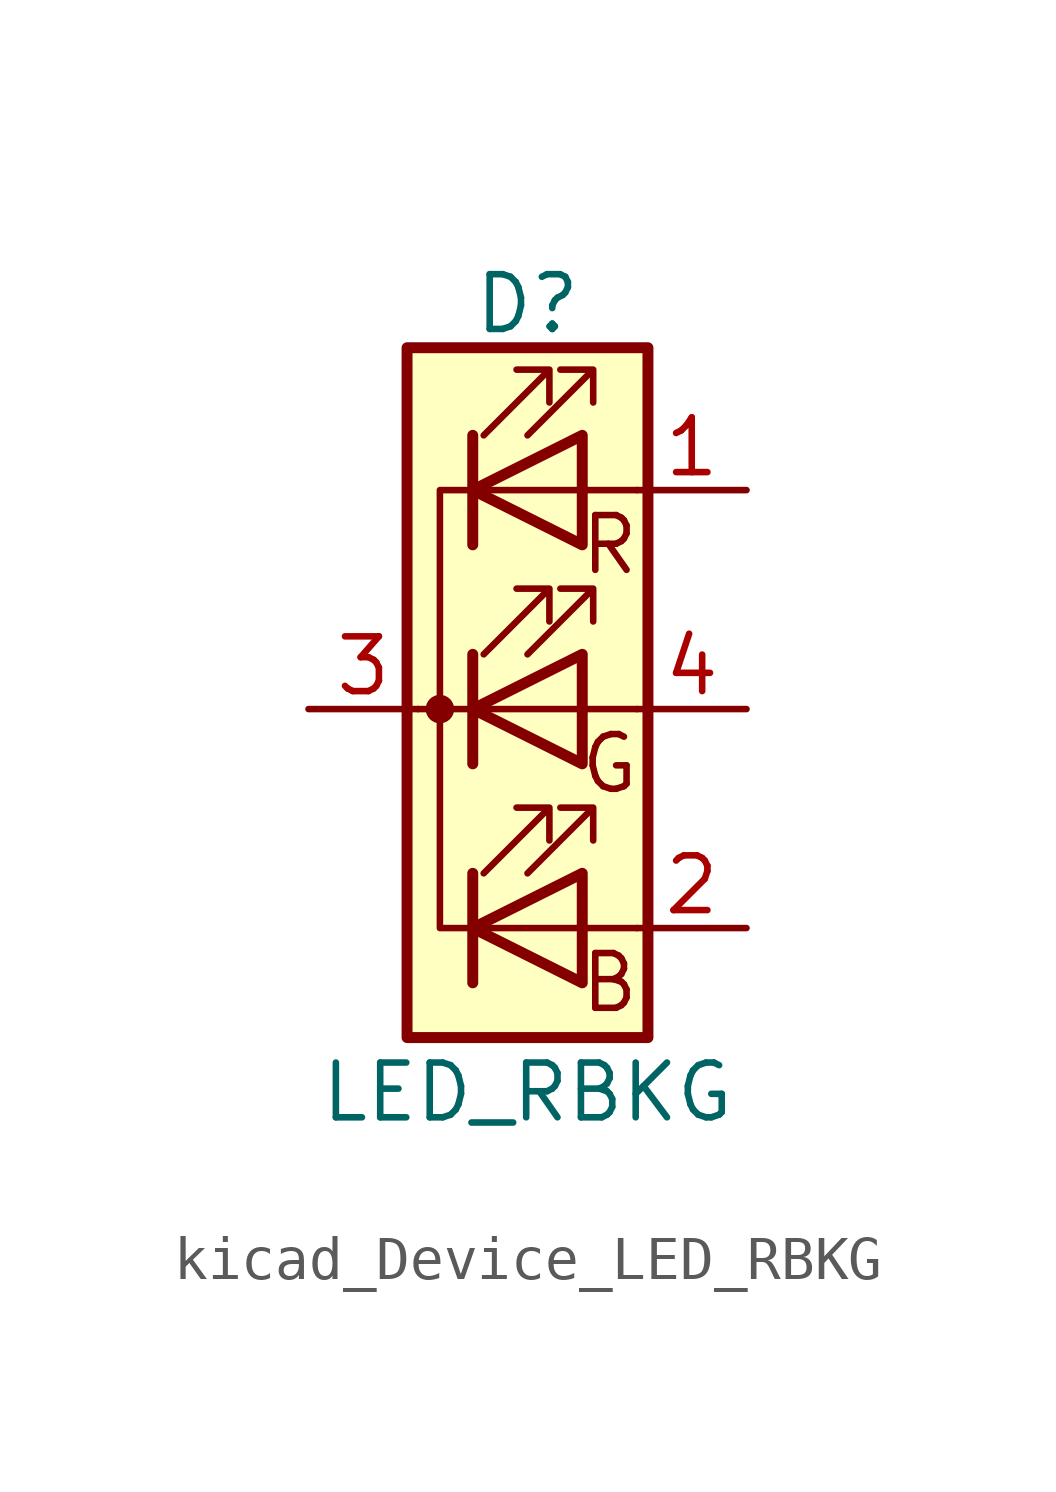
<source format=kicad_sym>
(kicad_symbol_lib
  (version 20220914)
  (generator kicad_symbol_editor)
  (symbol "kicad_Device_LED_RBKG"
    (pin_names
      (offset 0) hide)
    (property "Reference" "D"
      (at 0 9.398 0)
      (effects (font (size 1.27 1.27))))
    (property "Value" "LED_RBKG"
      (at 0 -8.89 0)
      (effects (font (size 1.27 1.27))))
    (symbol "kicad_Device_LED_RBKG_0_0"
      (text "B" (at 1.905 -6.35 0) (effects (font (size 1.27 1.27))))
      (text "G" (at 1.905 -1.27 0) (effects (font (size 1.27 1.27))))
      (text "R" (at 1.905 3.81 0) (effects (font (size 1.27 1.27)))))
    (symbol "kicad_Device_LED_RBKG_0_1"
      (circle (center -2.032 0) (radius 0.254) (stroke (width 0) (type default)) (fill (type outline)))
      (polyline (pts (xy -1.27 -5.08) (xy 1.27 -5.08)) (stroke (width 0) (type default)) (fill (type none)))
      (polyline (pts (xy -1.27 -3.81) (xy -1.27 -6.35)) (stroke (width 0.254) (type default)) (fill (type none)))
      (polyline (pts (xy -1.27 0) (xy -2.54 0)) (stroke (width 0) (type default)) (fill (type none)))
      (polyline (pts (xy -1.27 1.27) (xy -1.27 -1.27)) (stroke (width 0.254) (type default)) (fill (type none)))
      (polyline (pts (xy -1.27 5.08) (xy 1.27 5.08)) (stroke (width 0) (type default)) (fill (type none)))
      (polyline (pts (xy -1.27 6.35) (xy -1.27 3.81)) (stroke (width 0.254) (type default)) (fill (type none)))
      (polyline (pts (xy 1.27 -5.08) (xy 2.54 -5.08)) (stroke (width 0) (type default)) (fill (type none)))
      (polyline (pts (xy 1.27 0) (xy -1.27 0)) (stroke (width 0) (type default)) (fill (type none)))
      (polyline (pts (xy 1.27 0) (xy 2.54 0)) (stroke (width 0) (type default)) (fill (type none)))
      (polyline (pts (xy 1.27 5.08) (xy 2.54 5.08)) (stroke (width 0) (type default)) (fill (type none)))
      (polyline (pts (xy -1.27 1.27) (xy -1.27 -1.27) (xy -1.27 -1.27)) (stroke (width 0) (type default)) (fill (type none)))
      (polyline (pts (xy -1.27 6.35) (xy -1.27 3.81) (xy -1.27 3.81)) (stroke (width 0) (type default)) (fill (type none)))
      (polyline (pts (xy -1.27 5.08) (xy -2.032 5.08) (xy -2.032 -5.08) (xy -1.016 -5.08)) (stroke (width 0) (type default)) (fill (type none)))
      (polyline (pts (xy 1.27 -3.81) (xy 1.27 -6.35) (xy -1.27 -5.08) (xy 1.27 -3.81)) (stroke (width 0.254) (type default)) (fill (type none)))
      (polyline (pts (xy 1.27 1.27) (xy 1.27 -1.27) (xy -1.27 0) (xy 1.27 1.27)) (stroke (width 0.254) (type default)) (fill (type none)))
      (polyline (pts (xy 1.27 6.35) (xy 1.27 3.81) (xy -1.27 5.08) (xy 1.27 6.35)) (stroke (width 0.254) (type default)) (fill (type none)))
      (polyline (pts (xy -1.016 -3.81) (xy 0.508 -2.286) (xy -0.254 -2.286) (xy 0.508 -2.286) (xy 0.508 -3.048)) (stroke (width 0) (type default)) (fill (type none)))
      (polyline (pts (xy -1.016 1.27) (xy 0.508 2.794) (xy -0.254 2.794) (xy 0.508 2.794) (xy 0.508 2.032)) (stroke (width 0) (type default)) (fill (type none)))
      (polyline (pts (xy -1.016 6.35) (xy 0.508 7.874) (xy -0.254 7.874) (xy 0.508 7.874) (xy 0.508 7.112)) (stroke (width 0) (type default)) (fill (type none)))
      (polyline (pts (xy 0 -3.81) (xy 1.524 -2.286) (xy 0.762 -2.286) (xy 1.524 -2.286) (xy 1.524 -3.048)) (stroke (width 0) (type default)) (fill (type none)))
      (polyline (pts (xy 0 1.27) (xy 1.524 2.794) (xy 0.762 2.794) (xy 1.524 2.794) (xy 1.524 2.032)) (stroke (width 0) (type default)) (fill (type none)))
      (polyline (pts (xy 0 6.35) (xy 1.524 7.874) (xy 0.762 7.874) (xy 1.524 7.874) (xy 1.524 7.112)) (stroke (width 0) (type default)) (fill (type none)))
      (rectangle (start 1.27 -1.27) (end 1.27 1.27) (stroke (width 0) (type default)) (fill (type none)))
      (rectangle (start 1.27 1.27) (end 1.27 1.27) (stroke (width 0) (type default)) (fill (type none)))
      (rectangle (start 1.27 3.81) (end 1.27 6.35) (stroke (width 0) (type default)) (fill (type none)))
      (rectangle (start 1.27 6.35) (end 1.27 6.35) (stroke (width 0) (type default)) (fill (type none)))
      (rectangle (start 2.794 8.382) (end -2.794 -7.62) (stroke (width 0.254) (type default)) (fill (type background))))
    (symbol "kicad_Device_LED_RBKG_1_1"
      (pin passive line (at 5.08 5.08 180) (length 2.54) (name "RA" (effects (font (size 1.27 1.27)))) (number "1" (effects (font (size 1.27 1.27)))))
      (pin passive line (at 5.08 -5.08 180) (length 2.54) (name "BA" (effects (font (size 1.27 1.27)))) (number "2" (effects (font (size 1.27 1.27)))))
      (pin passive line (at -5.08 0 0) (length 2.54) (name "K" (effects (font (size 1.27 1.27)))) (number "3" (effects (font (size 1.27 1.27)))))
      (pin passive line (at 5.08 0 180) (length 2.54) (name "GA" (effects (font (size 1.27 1.27)))) (number "4" (effects (font (size 1.27 1.27))))))))
</source>
